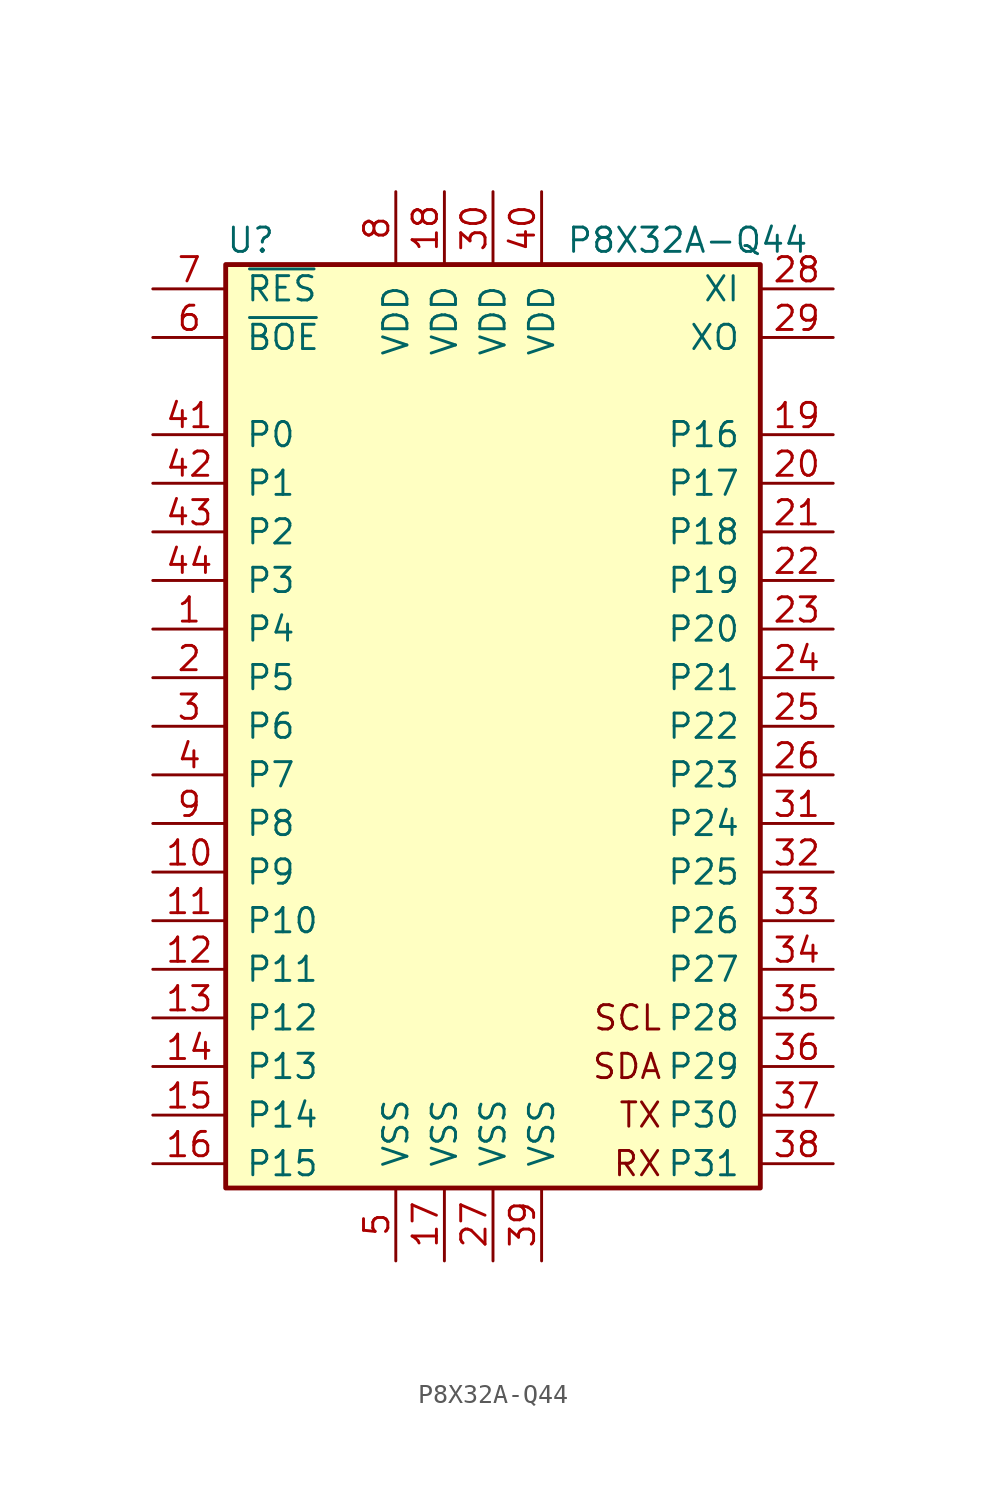
<source format=kicad_sym>
(kicad_symbol_lib
  (version 20211014)
  (generator kicad_symbol_editor)
  (symbol "P8X32A-Q44"
    (pin_names
      (offset 1.016))
    (property "Reference" "U"
      (at -13.97 25.4 0)
      (effects (font (size 1.27 1.27)) (justify left)))
    (property "Value" "P8X32A-Q44"
      (at 3.81 25.4 0)
      (effects (font (size 1.27 1.27)) (justify left)))
    (symbol "P8X32A-Q44_0_1"
      (rectangle (start -13.97 24.13) (end 13.97 -24.13) (stroke (width 0.254) (type default) (color 0 0 0 0)) (fill (type background)))
      (text "RX" (at 8.89 -22.86 0) (effects (font (size 1.27 1.27)) (justify right)))
      (text "SCL" (at 8.89 -15.24 0) (effects (font (size 1.27 1.27)) (justify right)))
      (text "SDA" (at 8.89 -17.78 0) (effects (font (size 1.27 1.27)) (justify right)))
      (text "TX" (at 8.89 -20.32 0) (effects (font (size 1.27 1.27)) (justify right)))
      (pin bidirectional line (at -17.78 5.08 0) (length 3.81) (name "P4" (effects (font (size 1.27 1.27)))) (number "1" (effects (font (size 1.27 1.27)))))
      (pin bidirectional line (at -17.78 -7.62 0) (length 3.81) (name "P9" (effects (font (size 1.27 1.27)))) (number "10" (effects (font (size 1.27 1.27)))))
      (pin bidirectional line (at -17.78 -10.16 0) (length 3.81) (name "P10" (effects (font (size 1.27 1.27)))) (number "11" (effects (font (size 1.27 1.27)))))
      (pin bidirectional line (at -17.78 -12.7 0) (length 3.81) (name "P11" (effects (font (size 1.27 1.27)))) (number "12" (effects (font (size 1.27 1.27)))))
      (pin bidirectional line (at -17.78 -15.24 0) (length 3.81) (name "P12" (effects (font (size 1.27 1.27)))) (number "13" (effects (font (size 1.27 1.27)))))
      (pin bidirectional line (at -17.78 -17.78 0) (length 3.81) (name "P13" (effects (font (size 1.27 1.27)))) (number "14" (effects (font (size 1.27 1.27)))))
      (pin bidirectional line (at -17.78 -20.32 0) (length 3.81) (name "P14" (effects (font (size 1.27 1.27)))) (number "15" (effects (font (size 1.27 1.27)))))
      (pin bidirectional line (at -17.78 -22.86 0) (length 3.81) (name "P15" (effects (font (size 1.27 1.27)))) (number "16" (effects (font (size 1.27 1.27)))))
      (pin power_in line (at -2.54 -27.94 90) (length 3.81) (name "VSS" (effects (font (size 1.27 1.27)))) (number "17" (effects (font (size 1.27 1.27)))))
      (pin power_in line (at -2.54 27.94 270) (length 3.81) (name "VDD" (effects (font (size 1.27 1.27)))) (number "18" (effects (font (size 1.27 1.27)))))
      (pin bidirectional line (at 17.78 15.24 180) (length 3.81) (name "P16" (effects (font (size 1.27 1.27)))) (number "19" (effects (font (size 1.27 1.27)))))
      (pin bidirectional line (at -17.78 2.54 0) (length 3.81) (name "P5" (effects (font (size 1.27 1.27)))) (number "2" (effects (font (size 1.27 1.27)))))
      (pin bidirectional line (at 17.78 12.7 180) (length 3.81) (name "P17" (effects (font (size 1.27 1.27)))) (number "20" (effects (font (size 1.27 1.27)))))
      (pin bidirectional line (at 17.78 10.16 180) (length 3.81) (name "P18" (effects (font (size 1.27 1.27)))) (number "21" (effects (font (size 1.27 1.27)))))
      (pin bidirectional line (at 17.78 7.62 180) (length 3.81) (name "P19" (effects (font (size 1.27 1.27)))) (number "22" (effects (font (size 1.27 1.27)))))
      (pin bidirectional line (at 17.78 5.08 180) (length 3.81) (name "P20" (effects (font (size 1.27 1.27)))) (number "23" (effects (font (size 1.27 1.27)))))
      (pin bidirectional line (at 17.78 2.54 180) (length 3.81) (name "P21" (effects (font (size 1.27 1.27)))) (number "24" (effects (font (size 1.27 1.27)))))
      (pin bidirectional line (at 17.78 0 180) (length 3.81) (name "P22" (effects (font (size 1.27 1.27)))) (number "25" (effects (font (size 1.27 1.27)))))
      (pin bidirectional line (at 17.78 -2.54 180) (length 3.81) (name "P23" (effects (font (size 1.27 1.27)))) (number "26" (effects (font (size 1.27 1.27)))))
      (pin power_in line (at 0 -27.94 90) (length 3.81) (name "VSS" (effects (font (size 1.27 1.27)))) (number "27" (effects (font (size 1.27 1.27)))))
      (pin input line (at 17.78 22.86 180) (length 3.81) (name "XI" (effects (font (size 1.27 1.27)))) (number "28" (effects (font (size 1.27 1.27)))))
      (pin output line (at 17.78 20.32 180) (length 3.81) (name "XO" (effects (font (size 1.27 1.27)))) (number "29" (effects (font (size 1.27 1.27)))))
      (pin bidirectional line (at -17.78 0 0) (length 3.81) (name "P6" (effects (font (size 1.27 1.27)))) (number "3" (effects (font (size 1.27 1.27)))))
      (pin power_in line (at 0 27.94 270) (length 3.81) (name "VDD" (effects (font (size 1.27 1.27)))) (number "30" (effects (font (size 1.27 1.27)))))
      (pin bidirectional line (at 17.78 -5.08 180) (length 3.81) (name "P24" (effects (font (size 1.27 1.27)))) (number "31" (effects (font (size 1.27 1.27)))))
      (pin bidirectional line (at 17.78 -7.62 180) (length 3.81) (name "P25" (effects (font (size 1.27 1.27)))) (number "32" (effects (font (size 1.27 1.27)))))
      (pin bidirectional line (at 17.78 -10.16 180) (length 3.81) (name "P26" (effects (font (size 1.27 1.27)))) (number "33" (effects (font (size 1.27 1.27)))))
      (pin bidirectional line (at 17.78 -12.7 180) (length 3.81) (name "P27" (effects (font (size 1.27 1.27)))) (number "34" (effects (font (size 1.27 1.27)))))
      (pin bidirectional line (at 17.78 -15.24 180) (length 3.81) (name "P28" (effects (font (size 1.27 1.27)))) (number "35" (effects (font (size 1.27 1.27)))))
      (pin bidirectional line (at 17.78 -17.78 180) (length 3.81) (name "P29" (effects (font (size 1.27 1.27)))) (number "36" (effects (font (size 1.27 1.27)))))
      (pin bidirectional line (at 17.78 -20.32 180) (length 3.81) (name "P30" (effects (font (size 1.27 1.27)))) (number "37" (effects (font (size 1.27 1.27)))))
      (pin bidirectional line (at 17.78 -22.86 180) (length 3.81) (name "P31" (effects (font (size 1.27 1.27)))) (number "38" (effects (font (size 1.27 1.27)))))
      (pin power_in line (at 2.54 -27.94 90) (length 3.81) (name "VSS" (effects (font (size 1.27 1.27)))) (number "39" (effects (font (size 1.27 1.27)))))
      (pin bidirectional line (at -17.78 -2.54 0) (length 3.81) (name "P7" (effects (font (size 1.27 1.27)))) (number "4" (effects (font (size 1.27 1.27)))))
      (pin power_in line (at 2.54 27.94 270) (length 3.81) (name "VDD" (effects (font (size 1.27 1.27)))) (number "40" (effects (font (size 1.27 1.27)))))
      (pin bidirectional line (at -17.78 15.24 0) (length 3.81) (name "P0" (effects (font (size 1.27 1.27)))) (number "41" (effects (font (size 1.27 1.27)))))
      (pin bidirectional line (at -17.78 12.7 0) (length 3.81) (name "P1" (effects (font (size 1.27 1.27)))) (number "42" (effects (font (size 1.27 1.27)))))
      (pin bidirectional line (at -17.78 10.16 0) (length 3.81) (name "P2" (effects (font (size 1.27 1.27)))) (number "43" (effects (font (size 1.27 1.27)))))
      (pin bidirectional line (at -17.78 7.62 0) (length 3.81) (name "P3" (effects (font (size 1.27 1.27)))) (number "44" (effects (font (size 1.27 1.27)))))
      (pin power_in line (at -5.08 -27.94 90) (length 3.81) (name "VSS" (effects (font (size 1.27 1.27)))) (number "5" (effects (font (size 1.27 1.27)))))
      (pin input line (at -17.78 20.32 0) (length 3.81) (name "~{BOE}" (effects (font (size 1.27 1.27)))) (number "6" (effects (font (size 1.27 1.27)))))
      (pin bidirectional line (at -17.78 22.86 0) (length 3.81) (name "~{RES}" (effects (font (size 1.27 1.27)))) (number "7" (effects (font (size 1.27 1.27)))))
      (pin power_in line (at -5.08 27.94 270) (length 3.81) (name "VDD" (effects (font (size 1.27 1.27)))) (number "8" (effects (font (size 1.27 1.27)))))
      (pin bidirectional line (at -17.78 -5.08 0) (length 3.81) (name "P8" (effects (font (size 1.27 1.27)))) (number "9" (effects (font (size 1.27 1.27))))))))
</source>
